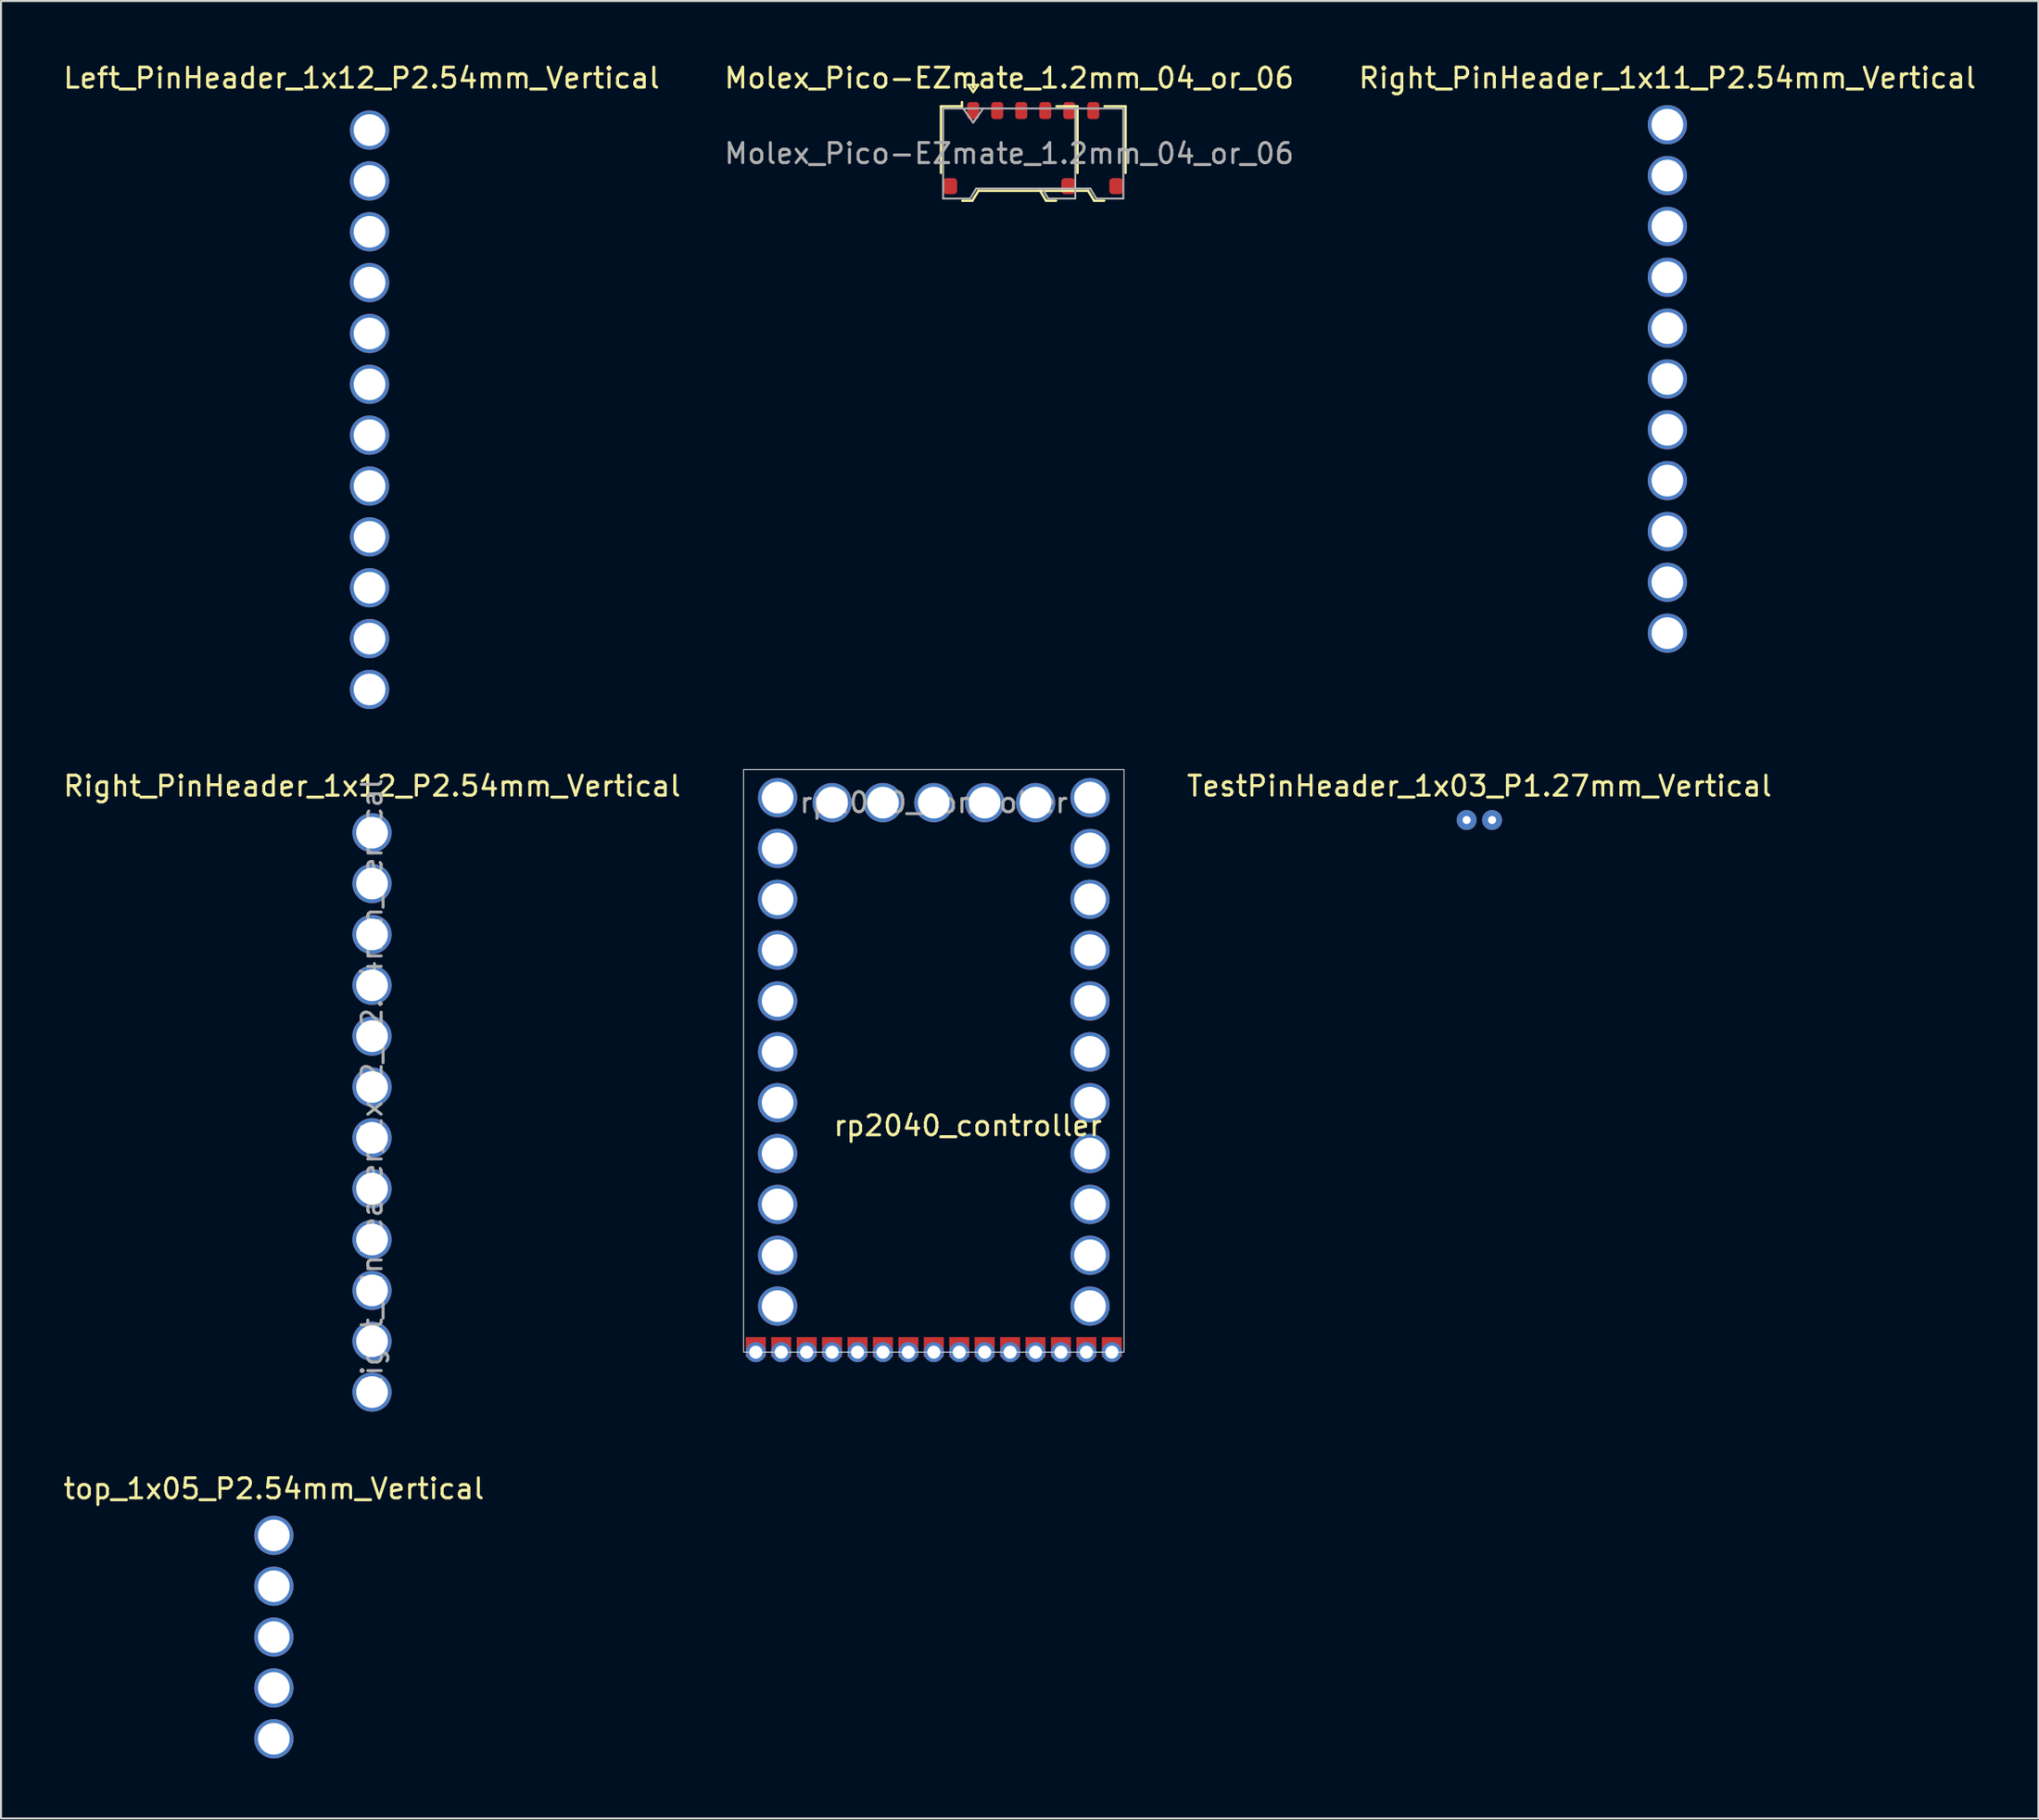
<source format=kicad_pcb>
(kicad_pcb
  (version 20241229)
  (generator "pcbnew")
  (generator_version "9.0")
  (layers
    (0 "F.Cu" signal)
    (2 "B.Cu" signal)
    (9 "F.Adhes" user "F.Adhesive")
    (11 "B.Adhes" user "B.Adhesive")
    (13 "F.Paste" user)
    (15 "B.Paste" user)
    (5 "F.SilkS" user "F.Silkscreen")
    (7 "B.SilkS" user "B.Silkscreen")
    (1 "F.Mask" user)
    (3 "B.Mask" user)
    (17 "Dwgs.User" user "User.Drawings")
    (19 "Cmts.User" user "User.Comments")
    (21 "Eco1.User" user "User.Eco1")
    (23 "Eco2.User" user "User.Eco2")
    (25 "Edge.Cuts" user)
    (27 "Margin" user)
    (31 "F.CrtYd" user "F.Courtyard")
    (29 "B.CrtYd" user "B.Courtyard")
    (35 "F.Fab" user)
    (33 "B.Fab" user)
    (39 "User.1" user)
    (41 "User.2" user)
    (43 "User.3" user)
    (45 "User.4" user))
  (footprint "TestPinHeader_1x03_P1.27mm_Vertical"
    (layer "F.Cu")
    (at 70.83 37.911)
    (property "Reference" "TestPinHeader_1x03_P1.27mm_Vertical" (at 0 -1.695 0) (layer "F.SilkS") (effects (font (size 1 1) (thickness 0.15))))
    (attr through_hole)
    (pad "1" thru_hole circle (at -0.635 0) (size 1 1) (drill 0.4) (layers "*.Cu" "*.Mask"))
    (pad "2" thru_hole circle (at 0.635 0) (size 1 1) (drill 0.4) (layers "*.Cu" "*.Mask")))
  (footprint "rp2040_controller"
    (layer "F.Cu")
    (at 43.585 50.243)
    (property "Reference" "rp2040_controller" (at 1.7 2.939 0) (unlocked yes) (layer "F.SilkS") (effects (font (size 1 1) (thickness 0.15))))
    (attr smd)
    (fp_rect (start -9.5 -14.85) (end 9.5 14.25) (stroke (width 0.05) (type solid)) (fill no) (layer "Edge.Cuts"))
    (fp_text user "${REFERENCE}" (at 0 -13.2 0) (layer "F.Fab") (effects (font (size 1 1) (thickness 0.15))))
    (pad "1" thru_hole circle (at -5.08 -13.2 90) (size 1.96 1.96) (drill 1.58) (layers "*.Cu" "*.Mask"))
    (pad "2" thru_hole circle (at -2.54 -13.2 90) (size 1.96 1.96) (drill 1.58) (layers "*.Cu" "*.Mask"))
    (pad "3" thru_hole circle (at 0 -13.2 90) (size 1.96 1.96) (drill 1.58) (layers "*.Cu" "*.Mask"))
    (pad "4" thru_hole circle (at 2.54 -13.2 90) (size 1.96 1.96) (drill 1.58) (layers "*.Cu" "*.Mask"))
    (pad "5" thru_hole circle (at 5.08 -13.2 90) (size 1.96 1.96) (drill 1.58) (layers "*.Cu" "*.Mask"))
    (pad "6" thru_hole circle (at 7.8 -13.45 180) (size 1.96 1.96) (drill 1.58) (layers "*.Cu" "*.Mask"))
    (pad "7" thru_hole circle (at 7.8 -10.91 180) (size 1.96 1.96) (drill 1.58) (layers "*.Cu" "*.Mask"))
    (pad "8" thru_hole circle (at 7.8 -8.37 180) (size 1.96 1.96) (drill 1.58) (layers "*.Cu" "*.Mask"))
    (pad "9" thru_hole circle (at 7.8 -5.83 180) (size 1.96 1.96) (drill 1.58) (layers "*.Cu" "*.Mask"))
    (pad "10" thru_hole circle (at 7.8 -3.29 180) (size 1.96 1.96) (drill 1.58) (layers "*.Cu" "*.Mask"))
    (pad "11" thru_hole circle (at 7.8 -0.75 180) (size 1.96 1.96) (drill 1.58) (layers "*.Cu" "*.Mask"))
    (pad "12" thru_hole circle (at 7.8 1.79 180) (size 1.96 1.96) (drill 1.58) (layers "*.Cu" "*.Mask"))
    (pad "13" thru_hole circle (at 7.8 4.33 180) (size 1.96 1.96) (drill 1.58) (layers "*.Cu" "*.Mask"))
    (pad "14" thru_hole circle (at 7.8 6.87 180) (size 1.96 1.96) (drill 1.58) (layers "*.Cu" "*.Mask"))
    (pad "15" thru_hole circle (at 7.8 9.41 180) (size 1.96 1.96) (drill 1.58) (layers "*.Cu" "*.Mask"))
    (pad "16" thru_hole circle (at 7.8 11.95 180) (size 1.96 1.96) (drill 1.58) (layers "*.Cu" "*.Mask"))
    (pad "17" smd rect (at 8.89 14 90) (size 1 1) (layers "F.Cu" "F.Mask" "F.Paste"))
    (pad "17" thru_hole oval (at 8.89 14.25 90) (size 1 1) (drill 0.65) (layers "*.Cu" "*.Mask"))
    (pad "18" smd rect (at 7.62 14 90) (size 1 1) (layers "F.Cu" "F.Mask" "F.Paste"))
    (pad "18" thru_hole oval (at 7.62 14.25 90) (size 1 1) (drill 0.65) (layers "*.Cu" "*.Mask"))
    (pad "19" smd rect (at 6.35 14 90) (size 1 1) (layers "F.Cu" "F.Mask" "F.Paste"))
    (pad "19" thru_hole oval (at 6.35 14.25 90) (size 1 1) (drill 0.65) (layers "*.Cu" "*.Mask"))
    (pad "20" smd rect (at 5.08 14 90) (size 1 1) (layers "F.Cu" "F.Mask" "F.Paste"))
    (pad "20" thru_hole oval (at 5.08 14.25 90) (size 1 1) (drill 0.65) (layers "*.Cu" "*.Mask"))
    (pad "21" smd rect (at 3.81 14 90) (size 1 1) (layers "F.Cu" "F.Mask" "F.Paste"))
    (pad "21" thru_hole oval (at 3.81 14.25 90) (size 1 1) (drill 0.65) (layers "*.Cu" "*.Mask"))
    (pad "22" smd rect (at 2.54 14 90) (size 1 1) (layers "F.Cu" "F.Mask" "F.Paste"))
    (pad "22" thru_hole oval (at 2.54 14.25 90) (size 1 1) (drill 0.65) (layers "*.Cu" "*.Mask"))
    (pad "23" smd rect (at 1.27 14 90) (size 1 1) (layers "F.Cu" "F.Mask" "F.Paste"))
    (pad "23" thru_hole oval (at 1.27 14.25 90) (size 1 1) (drill 0.65) (layers "*.Cu" "*.Mask"))
    (pad "24" smd rect (at 0 14 90) (size 1 1) (layers "F.Cu" "F.Mask" "F.Paste"))
    (pad "24" thru_hole oval (at 0 14.25 90) (size 1 1) (drill 0.65) (layers "*.Cu" "*.Mask"))
    (pad "25" smd rect (at -1.27 14 90) (size 1 1) (layers "F.Cu" "F.Mask" "F.Paste"))
    (pad "25" thru_hole oval (at -1.27 14.25 90) (size 1 1) (drill 0.65) (layers "*.Cu" "*.Mask"))
    (pad "26" smd rect (at -2.54 14 90) (size 1 1) (layers "F.Cu" "F.Mask" "F.Paste"))
    (pad "26" thru_hole oval (at -2.54 14.25 90) (size 1 1) (drill 0.65) (layers "*.Cu" "*.Mask"))
    (pad "27" smd rect (at -3.81 14 90) (size 1 1) (layers "F.Cu" "F.Mask" "F.Paste"))
    (pad "27" thru_hole oval (at -3.81 14.25 90) (size 1 1) (drill 0.65) (layers "*.Cu" "*.Mask"))
    (pad "28" smd rect (at -5.08 14 90) (size 1 1) (layers "F.Cu" "F.Mask" "F.Paste"))
    (pad "28" thru_hole oval (at -5.08 14.25 90) (size 1 1) (drill 0.65) (layers "*.Cu" "*.Mask"))
    (pad "29" smd rect (at -6.35 14 90) (size 1 1) (layers "F.Cu" "F.Mask" "F.Paste"))
    (pad "29" thru_hole oval (at -6.35 14.25 90) (size 1 1) (drill 0.65) (layers "*.Cu" "*.Mask"))
    (pad "30" smd rect (at -7.62 14 90) (size 1 1) (layers "F.Cu" "F.Mask" "F.Paste"))
    (pad "30" thru_hole oval (at -7.62 14.25 90) (size 1 1) (drill 0.65) (layers "*.Cu" "*.Mask"))
    (pad "31" smd rect (at -8.89 14 90) (size 1 1) (layers "F.Cu" "F.Mask" "F.Paste"))
    (pad "31" thru_hole oval (at -8.89 14.25 90) (size 1 1) (drill 0.65) (layers "*.Cu" "*.Mask"))
    (pad "32" thru_hole circle (at -7.8 11.95 180) (size 1.96 1.96) (drill 1.58) (layers "*.Cu" "*.Mask"))
    (pad "33" thru_hole circle (at -7.8 9.41 180) (size 1.96 1.96) (drill 1.58) (layers "*.Cu" "*.Mask"))
    (pad "34" thru_hole circle (at -7.8 6.87 180) (size 1.96 1.96) (drill 1.58) (layers "*.Cu" "*.Mask"))
    (pad "35" thru_hole circle (at -7.8 4.33 180) (size 1.96 1.96) (drill 1.58) (layers "*.Cu" "*.Mask"))
    (pad "36" thru_hole circle (at -7.8 1.79 180) (size 1.96 1.96) (drill 1.58) (layers "*.Cu" "*.Mask"))
    (pad "37" thru_hole circle (at -7.8 -0.75 180) (size 1.96 1.96) (drill 1.58) (layers "*.Cu" "*.Mask"))
    (pad "38" thru_hole circle (at -7.8 -3.29 180) (size 1.96 1.96) (drill 1.58) (layers "*.Cu" "*.Mask"))
    (pad "39" thru_hole circle (at -7.8 -5.83 180) (size 1.96 1.96) (drill 1.58) (layers "*.Cu" "*.Mask"))
    (pad "40" thru_hole circle (at -7.8 -8.37 180) (size 1.96 1.96) (drill 1.58) (layers "*.Cu" "*.Mask"))
    (pad "41" thru_hole circle (at -7.8 -10.91 180) (size 1.96 1.96) (drill 1.58) (layers "*.Cu" "*.Mask"))
    (pad "42" thru_hole circle (at -7.8 -13.45 180) (size 1.96 1.96) (drill 1.58) (layers "*.Cu" "*.Mask"))
    (zone (net_name "") (layers "F.Cu" "Dwgs.User") (hatch edge 0.508) (connect_pads) (min_thickness 0.254) (filled_areas_thickness no) (keepout (tracks allowed) (vias not_allowed) (pads allowed) (copperpour allowed) (footprints not_allowed)) (placement (enabled no)) (fill) (polygon (pts (xy 34.085 63.493) (xy 53.085 63.493) (xy 53.085 64.743) (xy 34.085 64.743)))))
  (footprint "Molex_Pico-EZmate_1.2mm_04_or_06"
    (layer "F.Cu")
    (at 48.551 4.348)
    (property "Reference" "Molex_Pico-EZmate_1.2mm_04_or_06" (at -1.2 -3.5 0) (layer "F.SilkS") (effects (font (size 1 1) (thickness 0.15))))
    (attr smd)
    (fp_line (start -4.61 -2.09) (end -3.56 -2.09) (stroke (width 0.12) (type solid)) (layer "F.SilkS"))
    (fp_line (start -4.61 1.24) (end -4.61 -2.09) (stroke (width 0.12) (type solid)) (layer "F.SilkS"))
    (fp_line (start -3.56 -2.09) (end -3.56 -2.3) (stroke (width 0.12) (type solid)) (layer "F.SilkS"))
    (fp_line (start -3.54 2.63) (end -3.04 2.63) (stroke (width 0.12) (type solid)) (layer "F.SilkS"))
    (fp_line (start -3.25 -3.154) (end -3 -2.8) (stroke (width 0.12) (type solid)) (layer "F.SilkS"))
    (fp_line (start -3.04 2.63) (end -2.74 2.13) (stroke (width 0.12) (type solid)) (layer "F.SilkS"))
    (fp_line (start -3 -2.8) (end -2.75 -3.154) (stroke (width 0.12) (type solid)) (layer "F.SilkS"))
    (fp_line (start -2.75 -3.154) (end -3.25 -3.154) (stroke (width 0.12) (type solid)) (layer "F.SilkS"))
    (fp_line (start -2.74 2.13) (end 2.74 2.13) (stroke (width 0.12) (type solid)) (layer "F.SilkS"))
    (fp_line (start 0.34 2.13) (end 0.64 2.63) (stroke (width 0.12) (type solid)) (layer "F.SilkS"))
    (fp_line (start 0.64 2.63) (end 1.14 2.63) (stroke (width 0.12) (type solid)) (layer "F.SilkS"))
    (fp_line (start 2.21 -2.09) (end 1.16 -2.09) (stroke (width 0.12) (type solid)) (layer "F.SilkS"))
    (fp_line (start 2.21 1.24) (end 2.21 -2.09) (stroke (width 0.12) (type solid)) (layer "F.SilkS"))
    (fp_line (start 2.74 2.13) (end 3.04 2.63) (stroke (width 0.12) (type solid)) (layer "F.SilkS"))
    (fp_line (start 3.04 2.63) (end 3.54 2.63) (stroke (width 0.12) (type solid)) (layer "F.SilkS"))
    (fp_line (start 4.61 -2.09) (end 3.56 -2.09) (stroke (width 0.12) (type solid)) (layer "F.SilkS"))
    (fp_line (start 4.61 1.24) (end 4.61 -2.09) (stroke (width 0.12) (type solid)) (layer "F.SilkS"))
    (fp_line (start -4.5 -1.98) (end -4.5 2.52) (stroke (width 0.1) (type solid)) (layer "F.Fab"))
    (fp_line (start -4.5 -1.98) (end 4.5 -1.98) (stroke (width 0.1) (type solid)) (layer "F.Fab"))
    (fp_line (start -4.5 2.52) (end -3.15 2.52) (stroke (width 0.1) (type solid)) (layer "F.Fab"))
    (fp_line (start -3.5 -1.98) (end -3 -1.273) (stroke (width 0.1) (type solid)) (layer "F.Fab"))
    (fp_line (start -3.15 2.52) (end -2.85 2.02) (stroke (width 0.1) (type solid)) (layer "F.Fab"))
    (fp_line (start -3 -1.273) (end -2.5 -1.98) (stroke (width 0.1) (type solid)) (layer "F.Fab"))
    (fp_line (start -2.85 2.02) (end 2.85 2.02) (stroke (width 0.1) (type solid)) (layer "F.Fab"))
    (fp_line (start 0.45 2.02) (end 0.75 2.52) (stroke (width 0.1) (type solid)) (layer "F.Fab"))
    (fp_line (start 0.75 2.52) (end 2.1 2.52) (stroke (width 0.1) (type solid)) (layer "F.Fab"))
    (fp_line (start 2.1 -1.98) (end 2.1 2.52) (stroke (width 0.1) (type solid)) (layer "F.Fab"))
    (fp_line (start 2.85 2.02) (end 3.15 2.52) (stroke (width 0.1) (type solid)) (layer "F.Fab"))
    (fp_line (start 3.15 2.52) (end 4.5 2.52) (stroke (width 0.1) (type solid)) (layer "F.Fab"))
    (fp_line (start 4.5 -1.98) (end 4.5 2.52) (stroke (width 0.1) (type solid)) (layer "F.Fab"))
    (fp_text user "${REFERENCE}" (at -1.2 0.27 0) (layer "F.Fab") (effects (font (size 1 1) (thickness 0.15))))
    (pad "1" smd roundrect (at -3 -1.875) (size 0.6 0.85) (layers "F.Cu" "F.Mask" "F.Paste") (roundrect_rratio 0.25))
    (pad "2" smd roundrect (at -1.8 -1.875) (size 0.6 0.85) (layers "F.Cu" "F.Mask" "F.Paste") (roundrect_rratio 0.25))
    (pad "3" smd roundrect (at -0.6 -1.875) (size 0.6 0.85) (layers "F.Cu" "F.Mask" "F.Paste") (roundrect_rratio 0.25))
    (pad "4" smd roundrect (at 0.6 -1.875) (size 0.6 0.85) (layers "F.Cu" "F.Mask" "F.Paste") (roundrect_rratio 0.25))
    (pad "5" smd roundrect (at 1.8 -1.875) (size 0.6 0.85) (layers "F.Cu" "F.Mask" "F.Paste") (roundrect_rratio 0.25))
    (pad "6" smd roundrect (at 3 -1.875) (size 0.6 0.85) (layers "F.Cu" "F.Mask" "F.Paste") (roundrect_rratio 0.25))
    (pad "MP" smd roundrect (at -4.15 1.9) (size 0.7 0.8) (layers "F.Cu" "F.Mask" "F.Paste") (roundrect_rratio 0.25))
    (pad "MP" smd roundrect (at 1.75 1.9) (size 0.7 0.8) (layers "F.Cu" "F.Mask" "F.Paste") (roundrect_rratio 0.25))
    (pad "MP" smd roundrect (at 4.15 1.9) (size 0.7 0.8) (layers "F.Cu" "F.Mask" "F.Paste") (roundrect_rratio 0.25)))
  (footprint "top_1x05_P2.54mm_Vertical"
    (layer "F.Cu")
    (at 10.625 73.645)
    (property "Reference" "top_1x05_P2.54mm_Vertical" (at 0 -2.33 0) (layer "F.SilkS") (effects (font (size 1 1) (thickness 0.15))))
    (attr through_hole)
    (pad "1" thru_hole circle (at 0 0) (size 1.96 1.96) (drill 1.58) (layers "*.Cu" "*.Mask"))
    (pad "2" thru_hole circle (at 0 2.54) (size 1.96 1.96) (drill 1.58) (layers "*.Cu" "*.Mask"))
    (pad "3" thru_hole circle (at 0 5.08) (size 1.96 1.96) (drill 1.58) (layers "*.Cu" "*.Mask"))
    (pad "4" thru_hole circle (at 0 7.62) (size 1.96 1.96) (drill 1.58) (layers "*.Cu" "*.Mask"))
    (pad "5" thru_hole circle (at 0 10.16) (size 1.96 1.96) (drill 1.58) (layers "*.Cu" "*.Mask")))
  (footprint "Right_PinHeader_1x11_P2.54mm_Vertical"
    (layer "F.Cu")
    (at 80.22 3.178)
    (property "Reference" "Right_PinHeader_1x11_P2.54mm_Vertical" (at 0 -2.33 0) (layer "F.SilkS") (effects (font (size 1 1) (thickness 0.15))))
    (attr through_hole)
    (pad "1" thru_hole circle (at 0 0) (size 1.96 1.96) (drill 1.58) (layers "*.Cu" "*.Mask"))
    (pad "2" thru_hole circle (at 0 2.54) (size 1.96 1.96) (drill 1.58) (layers "*.Cu" "*.Mask"))
    (pad "3" thru_hole circle (at 0 5.08) (size 1.96 1.96) (drill 1.58) (layers "*.Cu" "*.Mask"))
    (pad "4" thru_hole circle (at 0 7.62) (size 1.96 1.96) (drill 1.58) (layers "*.Cu" "*.Mask"))
    (pad "5" thru_hole circle (at 0 10.16) (size 1.96 1.96) (drill 1.58) (layers "*.Cu" "*.Mask"))
    (pad "6" thru_hole circle (at 0 12.7) (size 1.96 1.96) (drill 1.58) (layers "*.Cu" "*.Mask"))
    (pad "7" thru_hole circle (at 0 15.24) (size 1.96 1.96) (drill 1.58) (layers "*.Cu" "*.Mask"))
    (pad "8" thru_hole circle (at 0 17.78) (size 1.96 1.96) (drill 1.58) (layers "*.Cu" "*.Mask"))
    (pad "9" thru_hole circle (at 0 20.32) (size 1.96 1.96) (drill 1.58) (layers "*.Cu" "*.Mask"))
    (pad "10" thru_hole circle (at 0 22.86) (size 1.96 1.96) (drill 1.58) (layers "*.Cu" "*.Mask"))
    (pad "11" thru_hole circle (at 0 25.4) (size 1.96 1.96) (drill 1.58) (layers "*.Cu" "*.Mask")))
  (footprint "Right_PinHeader_1x12_P2.54mm_Vertical"
    (layer "F.Cu")
    (at 15.53 38.547)
    (property "Reference" "Right_PinHeader_1x12_P2.54mm_Vertical" (at 0 -2.33 0) (layer "F.SilkS") (effects (font (size 1 1) (thickness 0.15))))
    (attr through_hole)
    (fp_text user "${REFERENCE}" (at 0 12.7 90) (layer "F.Fab") (effects (font (size 1 1) (thickness 0.15))))
    (pad "1" thru_hole circle (at 0 0) (size 1.96 1.96) (drill 1.58) (layers "*.Cu" "*.Mask"))
    (pad "2" thru_hole circle (at 0 2.54) (size 1.96 1.96) (drill 1.58) (layers "*.Cu" "*.Mask"))
    (pad "3" thru_hole circle (at 0 5.08) (size 1.96 1.96) (drill 1.58) (layers "*.Cu" "*.Mask"))
    (pad "4" thru_hole circle (at 0 7.62) (size 1.96 1.96) (drill 1.58) (layers "*.Cu" "*.Mask"))
    (pad "5" thru_hole circle (at 0 10.16) (size 1.96 1.96) (drill 1.58) (layers "*.Cu" "*.Mask"))
    (pad "6" thru_hole circle (at 0 12.7) (size 1.96 1.96) (drill 1.58) (layers "*.Cu" "*.Mask"))
    (pad "7" thru_hole circle (at 0 15.24) (size 1.96 1.96) (drill 1.58) (layers "*.Cu" "*.Mask"))
    (pad "8" thru_hole circle (at 0 17.78) (size 1.96 1.96) (drill 1.58) (layers "*.Cu" "*.Mask"))
    (pad "9" thru_hole circle (at 0 20.32) (size 1.96 1.96) (drill 1.58) (layers "*.Cu" "*.Mask"))
    (pad "10" thru_hole circle (at 0 22.86) (size 1.96 1.96) (drill 1.58) (layers "*.Cu" "*.Mask"))
    (pad "11" thru_hole circle (at 0 25.4) (size 1.96 1.96) (drill 1.58) (layers "*.Cu" "*.Mask"))
    (pad "12" thru_hole circle (at 0 27.94) (size 1.96 1.96) (drill 1.58) (layers "*.Cu" "*.Mask")))
  (footprint "Left_PinHeader_1x12_P2.54mm_Vertical"
    (layer "F.Cu")
    (at 15.406 3.448)
    (property "Reference" "Left_PinHeader_1x12_P2.54mm_Vertical" (at -0.4 -2.6 0) (layer "F.SilkS") (effects (font (size 1 1) (thickness 0.15))))
    (attr through_hole)
    (pad "1" thru_hole circle (at 0 0) (size 1.96 1.96) (drill 1.58) (layers "*.Cu" "*.Mask"))
    (pad "2" thru_hole circle (at 0 2.54) (size 1.96 1.96) (drill 1.58) (layers "*.Cu" "*.Mask"))
    (pad "3" thru_hole circle (at 0 5.08) (size 1.96 1.96) (drill 1.58) (layers "*.Cu" "*.Mask"))
    (pad "4" thru_hole circle (at 0 7.62) (size 1.96 1.96) (drill 1.58) (layers "*.Cu" "*.Mask"))
    (pad "5" thru_hole circle (at 0 10.16) (size 1.96 1.96) (drill 1.58) (layers "*.Cu" "*.Mask"))
    (pad "6" thru_hole circle (at 0 12.7) (size 1.96 1.96) (drill 1.58) (layers "*.Cu" "*.Mask"))
    (pad "7" thru_hole circle (at 0 15.24) (size 1.96 1.96) (drill 1.58) (layers "*.Cu" "*.Mask"))
    (pad "8" thru_hole circle (at 0 17.78) (size 1.96 1.96) (drill 1.58) (layers "*.Cu" "*.Mask"))
    (pad "9" thru_hole circle (at 0 20.32) (size 1.96 1.96) (drill 1.58) (layers "*.Cu" "*.Mask"))
    (pad "10" thru_hole circle (at 0 22.86) (size 1.96 1.96) (drill 1.58) (layers "*.Cu" "*.Mask"))
    (pad "11" thru_hole circle (at 0 25.4) (size 1.96 1.96) (drill 1.58) (layers "*.Cu" "*.Mask"))
    (pad "12" thru_hole circle (at 0 27.94) (size 1.96 1.96) (drill 1.58) (layers "*.Cu" "*.Mask")))
  (gr_rect
    (start -3 -3)
    (end 98.75 87.785)
    (stroke (width 0.1) (type default))
    (fill no)
    (layer "Edge.Cuts")))
</source>
